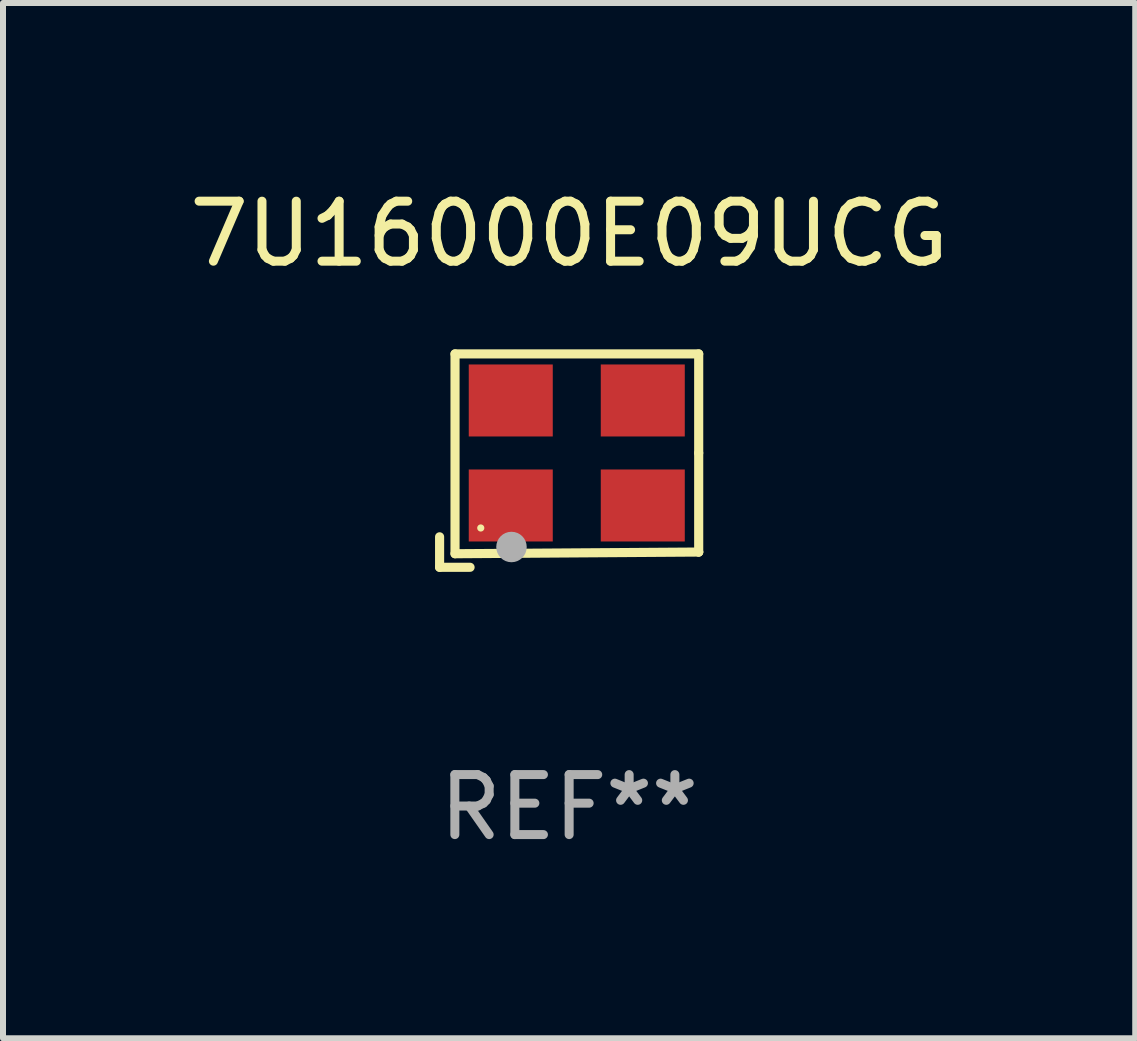
<source format=kicad_pcb>
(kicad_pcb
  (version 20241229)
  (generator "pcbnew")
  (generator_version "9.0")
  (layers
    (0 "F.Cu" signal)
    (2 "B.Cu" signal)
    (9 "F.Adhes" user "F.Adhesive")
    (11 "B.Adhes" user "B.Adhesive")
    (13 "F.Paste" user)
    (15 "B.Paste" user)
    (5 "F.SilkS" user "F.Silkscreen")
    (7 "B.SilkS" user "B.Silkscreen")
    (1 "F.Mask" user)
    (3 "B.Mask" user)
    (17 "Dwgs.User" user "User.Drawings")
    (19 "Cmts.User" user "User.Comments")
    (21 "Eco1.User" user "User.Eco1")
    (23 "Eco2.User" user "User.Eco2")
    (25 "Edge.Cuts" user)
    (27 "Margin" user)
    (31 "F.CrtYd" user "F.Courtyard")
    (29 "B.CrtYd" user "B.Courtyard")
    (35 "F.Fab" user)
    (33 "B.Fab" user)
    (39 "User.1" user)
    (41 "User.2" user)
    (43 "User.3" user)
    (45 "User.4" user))
  (footprint "7U16000E09UCG"
    (layer "F.Cu")
    (at 6.435 4.626)
    (property "Reference" "7U16000E09UCG" (at 0 -3.778 0) (layer "F.SilkS") (effects (font (size 1 1) (thickness 0.15))))
    (attr through_hole)
    (fp_line (start -2.159 1.27) (end -2.159 1.778) (stroke (width 0.152) (type solid)) (layer "F.SilkS"))
    (fp_line (start -2.159 1.778) (end -1.651 1.778) (stroke (width 0.152) (type solid)) (layer "F.SilkS"))
    (fp_line (start -1.902 -1.778) (end 2.159 -1.778) (stroke (width 0.152) (type solid)) (layer "F.SilkS"))
    (fp_line (start -1.902 1.552) (end -1.902 -1.778) (stroke (width 0.152) (type solid)) (layer "F.SilkS"))
    (fp_line (start 2.159 -1.778) (end 2.159 -0.127) (stroke (width 0.152) (type solid)) (layer "F.SilkS"))
    (fp_line (start 2.159 -0.127) (end 2.159 1.524) (stroke (width 0.152) (type solid)) (layer "F.SilkS"))
    (fp_line (start 2.159 1.524) (end -1.902 1.552) (stroke (width 0.152) (type solid)) (layer "F.SilkS"))
    (fp_line (start 2.159 1.524) (end 2.159 1.524) (stroke (width 0.152) (type solid)) (layer "F.SilkS"))
    (fp_circle (center -1.473 1.123) (end -1.443 1.123) (stroke (width 0.06) (type solid)) (fill no) (layer "F.SilkS"))
    (fp_circle (center -0.961 1.44) (end -0.834 1.44) (stroke (width 0.254) (type solid)) (fill no) (layer "F.Fab"))
    (fp_text user "REF**" (at 0 5.778 0) (layer "F.Fab") (effects (font (size 1 1) (thickness 0.15))))
    (pad "1" smd rect (at -0.973 0.748) (size 1.4 1.2) (layers "F.Cu" "F.Mask" "F.Paste"))
    (pad "2" smd rect (at 1.227 0.748) (size 1.4 1.2) (layers "F.Cu" "F.Mask" "F.Paste"))
    (pad "3" smd rect (at 1.227 -1.002) (size 1.4 1.2) (layers "F.Cu" "F.Mask" "F.Paste"))
    (pad "4" smd rect (at -0.973 -1.002) (size 1.4 1.2) (layers "F.Cu" "F.Mask" "F.Paste")))
  (gr_rect
    (start -3 -3)
    (end 15.869 14.253)
    (stroke (width 0.1) (type default))
    (fill no)
    (layer "Edge.Cuts")))
</source>
